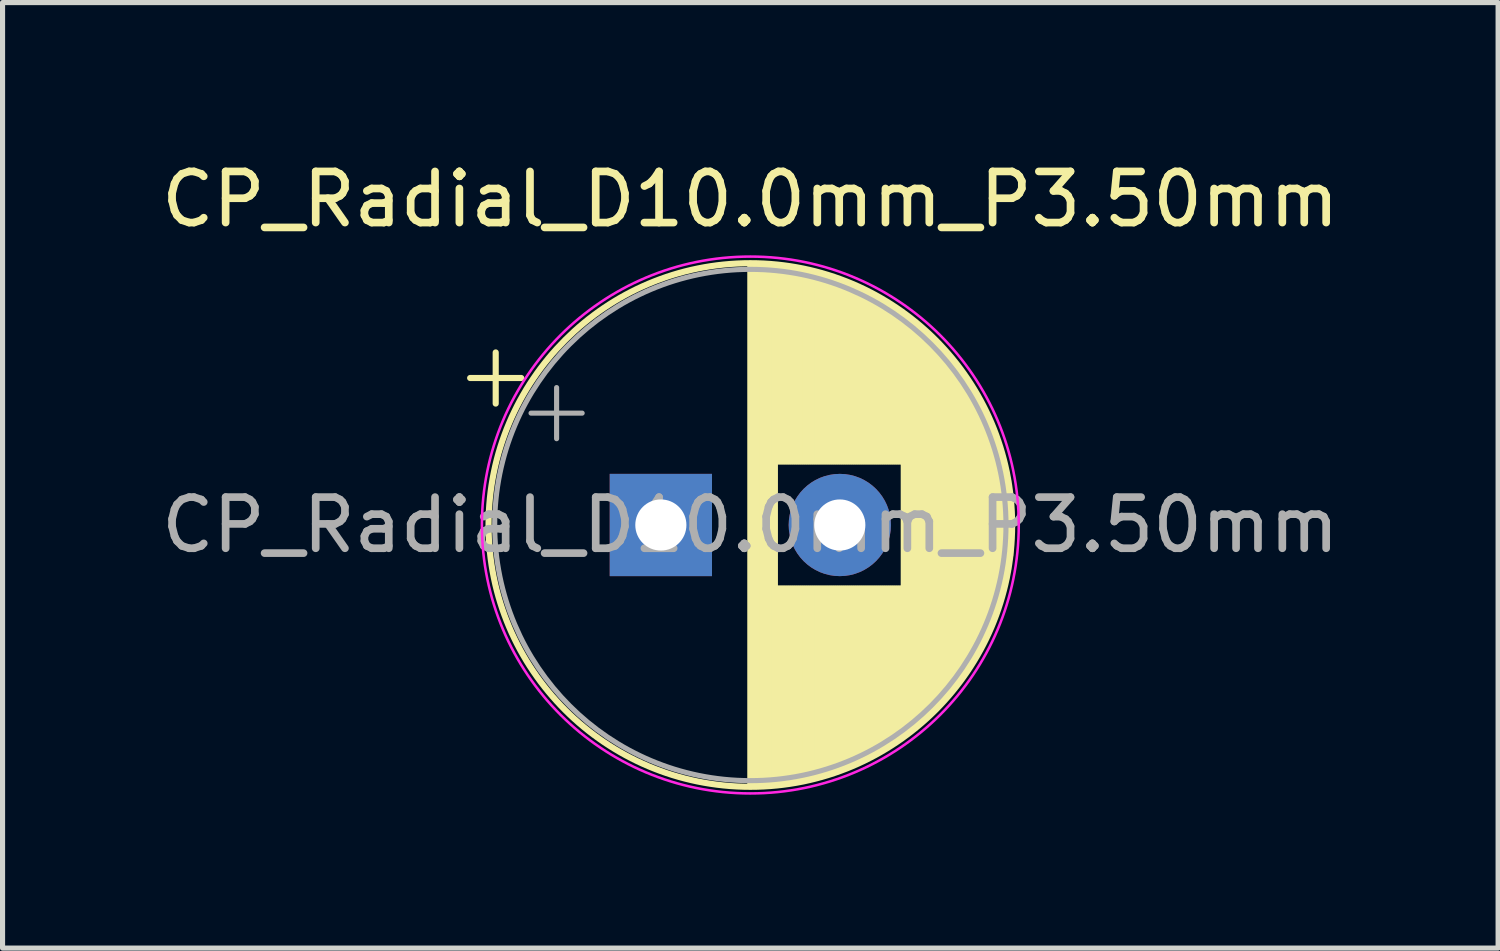
<source format=kicad_pcb>
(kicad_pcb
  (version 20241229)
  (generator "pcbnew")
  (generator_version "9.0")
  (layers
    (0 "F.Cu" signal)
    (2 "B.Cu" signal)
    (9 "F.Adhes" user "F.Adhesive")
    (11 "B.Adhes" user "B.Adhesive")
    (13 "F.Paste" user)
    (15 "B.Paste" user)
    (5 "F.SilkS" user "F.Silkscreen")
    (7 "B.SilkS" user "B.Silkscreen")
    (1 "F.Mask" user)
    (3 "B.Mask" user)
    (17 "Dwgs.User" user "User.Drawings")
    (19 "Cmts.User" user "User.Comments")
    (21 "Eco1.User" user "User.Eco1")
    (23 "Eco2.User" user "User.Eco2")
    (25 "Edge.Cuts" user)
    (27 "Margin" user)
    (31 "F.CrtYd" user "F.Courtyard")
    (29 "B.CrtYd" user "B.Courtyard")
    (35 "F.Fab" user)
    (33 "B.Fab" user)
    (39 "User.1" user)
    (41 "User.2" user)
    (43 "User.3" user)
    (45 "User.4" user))
  (footprint "CP_Radial_D10.0mm_P3.50mm"
    (layer "F.Cu")
    (at 9.875 7.218)
    (property "Reference" "CP_Radial_D10.0mm_P3.50mm" (at 1.75 -6.37 0) (layer "F.SilkS") (effects (font (size 1 1) (thickness 0.15))))
    (attr through_hole)
    (fp_line (start -3.73 -2.875) (end -2.73 -2.875) (stroke (width 0.12) (type solid)) (layer "F.SilkS"))
    (fp_line (start -3.23 -3.375) (end -3.23 -2.375) (stroke (width 0.12) (type solid)) (layer "F.SilkS"))
    (fp_line (start 1.75 -5.08) (end 1.75 5.08) (stroke (width 0.12) (type solid)) (layer "F.SilkS"))
    (fp_line (start 1.79 -5.08) (end 1.79 5.08) (stroke (width 0.12) (type solid)) (layer "F.SilkS"))
    (fp_line (start 1.83 -5.08) (end 1.83 5.08) (stroke (width 0.12) (type solid)) (layer "F.SilkS"))
    (fp_line (start 1.87 -5.079) (end 1.87 5.079) (stroke (width 0.12) (type solid)) (layer "F.SilkS"))
    (fp_line (start 1.91 -5.078) (end 1.91 5.078) (stroke (width 0.12) (type solid)) (layer "F.SilkS"))
    (fp_line (start 1.95 -5.077) (end 1.95 5.077) (stroke (width 0.12) (type solid)) (layer "F.SilkS"))
    (fp_line (start 1.99 -5.075) (end 1.99 5.075) (stroke (width 0.12) (type solid)) (layer "F.SilkS"))
    (fp_line (start 2.03 -5.073) (end 2.03 5.073) (stroke (width 0.12) (type solid)) (layer "F.SilkS"))
    (fp_line (start 2.07 -5.07) (end 2.07 5.07) (stroke (width 0.12) (type solid)) (layer "F.SilkS"))
    (fp_line (start 2.11 -5.068) (end 2.11 5.068) (stroke (width 0.12) (type solid)) (layer "F.SilkS"))
    (fp_line (start 2.15 -5.065) (end 2.15 5.065) (stroke (width 0.12) (type solid)) (layer "F.SilkS"))
    (fp_line (start 2.19 -5.062) (end 2.19 5.062) (stroke (width 0.12) (type solid)) (layer "F.SilkS"))
    (fp_line (start 2.23 -5.058) (end 2.23 5.058) (stroke (width 0.12) (type solid)) (layer "F.SilkS"))
    (fp_line (start 2.27 -5.054) (end 2.27 -1.241) (stroke (width 0.12) (type solid)) (layer "F.SilkS"))
    (fp_line (start 2.27 1.241) (end 2.27 5.054) (stroke (width 0.12) (type solid)) (layer "F.SilkS"))
    (fp_line (start 2.31 -5.05) (end 2.31 -1.241) (stroke (width 0.12) (type solid)) (layer "F.SilkS"))
    (fp_line (start 2.31 1.241) (end 2.31 5.05) (stroke (width 0.12) (type solid)) (layer "F.SilkS"))
    (fp_line (start 2.35 -5.045) (end 2.35 -1.241) (stroke (width 0.12) (type solid)) (layer "F.SilkS"))
    (fp_line (start 2.35 1.241) (end 2.35 5.045) (stroke (width 0.12) (type solid)) (layer "F.SilkS"))
    (fp_line (start 2.39 -5.04) (end 2.39 -1.241) (stroke (width 0.12) (type solid)) (layer "F.SilkS"))
    (fp_line (start 2.39 1.241) (end 2.39 5.04) (stroke (width 0.12) (type solid)) (layer "F.SilkS"))
    (fp_line (start 2.43 -5.035) (end 2.43 -1.241) (stroke (width 0.12) (type solid)) (layer "F.SilkS"))
    (fp_line (start 2.43 1.241) (end 2.43 5.035) (stroke (width 0.12) (type solid)) (layer "F.SilkS"))
    (fp_line (start 2.471 -5.03) (end 2.471 -1.241) (stroke (width 0.12) (type solid)) (layer "F.SilkS"))
    (fp_line (start 2.471 1.241) (end 2.471 5.03) (stroke (width 0.12) (type solid)) (layer "F.SilkS"))
    (fp_line (start 2.511 -5.024) (end 2.511 -1.241) (stroke (width 0.12) (type solid)) (layer "F.SilkS"))
    (fp_line (start 2.511 1.241) (end 2.511 5.024) (stroke (width 0.12) (type solid)) (layer "F.SilkS"))
    (fp_line (start 2.551 -5.018) (end 2.551 -1.241) (stroke (width 0.12) (type solid)) (layer "F.SilkS"))
    (fp_line (start 2.551 1.241) (end 2.551 5.018) (stroke (width 0.12) (type solid)) (layer "F.SilkS"))
    (fp_line (start 2.591 -5.011) (end 2.591 -1.241) (stroke (width 0.12) (type solid)) (layer "F.SilkS"))
    (fp_line (start 2.591 1.241) (end 2.591 5.011) (stroke (width 0.12) (type solid)) (layer "F.SilkS"))
    (fp_line (start 2.631 -5.004) (end 2.631 -1.241) (stroke (width 0.12) (type solid)) (layer "F.SilkS"))
    (fp_line (start 2.631 1.241) (end 2.631 5.004) (stroke (width 0.12) (type solid)) (layer "F.SilkS"))
    (fp_line (start 2.671 -4.997) (end 2.671 -1.241) (stroke (width 0.12) (type solid)) (layer "F.SilkS"))
    (fp_line (start 2.671 1.241) (end 2.671 4.997) (stroke (width 0.12) (type solid)) (layer "F.SilkS"))
    (fp_line (start 2.711 -4.99) (end 2.711 -1.241) (stroke (width 0.12) (type solid)) (layer "F.SilkS"))
    (fp_line (start 2.711 1.241) (end 2.711 4.99) (stroke (width 0.12) (type solid)) (layer "F.SilkS"))
    (fp_line (start 2.751 -4.982) (end 2.751 -1.241) (stroke (width 0.12) (type solid)) (layer "F.SilkS"))
    (fp_line (start 2.751 1.241) (end 2.751 4.982) (stroke (width 0.12) (type solid)) (layer "F.SilkS"))
    (fp_line (start 2.791 -4.974) (end 2.791 -1.241) (stroke (width 0.12) (type solid)) (layer "F.SilkS"))
    (fp_line (start 2.791 1.241) (end 2.791 4.974) (stroke (width 0.12) (type solid)) (layer "F.SilkS"))
    (fp_line (start 2.831 -4.965) (end 2.831 -1.241) (stroke (width 0.12) (type solid)) (layer "F.SilkS"))
    (fp_line (start 2.831 1.241) (end 2.831 4.965) (stroke (width 0.12) (type solid)) (layer "F.SilkS"))
    (fp_line (start 2.871 -4.956) (end 2.871 -1.241) (stroke (width 0.12) (type solid)) (layer "F.SilkS"))
    (fp_line (start 2.871 1.241) (end 2.871 4.956) (stroke (width 0.12) (type solid)) (layer "F.SilkS"))
    (fp_line (start 2.911 -4.947) (end 2.911 -1.241) (stroke (width 0.12) (type solid)) (layer "F.SilkS"))
    (fp_line (start 2.911 1.241) (end 2.911 4.947) (stroke (width 0.12) (type solid)) (layer "F.SilkS"))
    (fp_line (start 2.951 -4.938) (end 2.951 -1.241) (stroke (width 0.12) (type solid)) (layer "F.SilkS"))
    (fp_line (start 2.951 1.241) (end 2.951 4.938) (stroke (width 0.12) (type solid)) (layer "F.SilkS"))
    (fp_line (start 2.991 -4.928) (end 2.991 -1.241) (stroke (width 0.12) (type solid)) (layer "F.SilkS"))
    (fp_line (start 2.991 1.241) (end 2.991 4.928) (stroke (width 0.12) (type solid)) (layer "F.SilkS"))
    (fp_line (start 3.031 -4.918) (end 3.031 -1.241) (stroke (width 0.12) (type solid)) (layer "F.SilkS"))
    (fp_line (start 3.031 1.241) (end 3.031 4.918) (stroke (width 0.12) (type solid)) (layer "F.SilkS"))
    (fp_line (start 3.071 -4.907) (end 3.071 -1.241) (stroke (width 0.12) (type solid)) (layer "F.SilkS"))
    (fp_line (start 3.071 1.241) (end 3.071 4.907) (stroke (width 0.12) (type solid)) (layer "F.SilkS"))
    (fp_line (start 3.111 -4.897) (end 3.111 -1.241) (stroke (width 0.12) (type solid)) (layer "F.SilkS"))
    (fp_line (start 3.111 1.241) (end 3.111 4.897) (stroke (width 0.12) (type solid)) (layer "F.SilkS"))
    (fp_line (start 3.151 -4.885) (end 3.151 -1.241) (stroke (width 0.12) (type solid)) (layer "F.SilkS"))
    (fp_line (start 3.151 1.241) (end 3.151 4.885) (stroke (width 0.12) (type solid)) (layer "F.SilkS"))
    (fp_line (start 3.191 -4.874) (end 3.191 -1.241) (stroke (width 0.12) (type solid)) (layer "F.SilkS"))
    (fp_line (start 3.191 1.241) (end 3.191 4.874) (stroke (width 0.12) (type solid)) (layer "F.SilkS"))
    (fp_line (start 3.231 -4.862) (end 3.231 -1.241) (stroke (width 0.12) (type solid)) (layer "F.SilkS"))
    (fp_line (start 3.231 1.241) (end 3.231 4.862) (stroke (width 0.12) (type solid)) (layer "F.SilkS"))
    (fp_line (start 3.271 -4.85) (end 3.271 -1.241) (stroke (width 0.12) (type solid)) (layer "F.SilkS"))
    (fp_line (start 3.271 1.241) (end 3.271 4.85) (stroke (width 0.12) (type solid)) (layer "F.SilkS"))
    (fp_line (start 3.311 -4.837) (end 3.311 -1.241) (stroke (width 0.12) (type solid)) (layer "F.SilkS"))
    (fp_line (start 3.311 1.241) (end 3.311 4.837) (stroke (width 0.12) (type solid)) (layer "F.SilkS"))
    (fp_line (start 3.351 -4.824) (end 3.351 -1.241) (stroke (width 0.12) (type solid)) (layer "F.SilkS"))
    (fp_line (start 3.351 1.241) (end 3.351 4.824) (stroke (width 0.12) (type solid)) (layer "F.SilkS"))
    (fp_line (start 3.391 -4.811) (end 3.391 -1.241) (stroke (width 0.12) (type solid)) (layer "F.SilkS"))
    (fp_line (start 3.391 1.241) (end 3.391 4.811) (stroke (width 0.12) (type solid)) (layer "F.SilkS"))
    (fp_line (start 3.431 -4.797) (end 3.431 -1.241) (stroke (width 0.12) (type solid)) (layer "F.SilkS"))
    (fp_line (start 3.431 1.241) (end 3.431 4.797) (stroke (width 0.12) (type solid)) (layer "F.SilkS"))
    (fp_line (start 3.471 -4.783) (end 3.471 -1.241) (stroke (width 0.12) (type solid)) (layer "F.SilkS"))
    (fp_line (start 3.471 1.241) (end 3.471 4.783) (stroke (width 0.12) (type solid)) (layer "F.SilkS"))
    (fp_line (start 3.511 -4.768) (end 3.511 -1.241) (stroke (width 0.12) (type solid)) (layer "F.SilkS"))
    (fp_line (start 3.511 1.241) (end 3.511 4.768) (stroke (width 0.12) (type solid)) (layer "F.SilkS"))
    (fp_line (start 3.551 -4.754) (end 3.551 -1.241) (stroke (width 0.12) (type solid)) (layer "F.SilkS"))
    (fp_line (start 3.551 1.241) (end 3.551 4.754) (stroke (width 0.12) (type solid)) (layer "F.SilkS"))
    (fp_line (start 3.591 -4.738) (end 3.591 -1.241) (stroke (width 0.12) (type solid)) (layer "F.SilkS"))
    (fp_line (start 3.591 1.241) (end 3.591 4.738) (stroke (width 0.12) (type solid)) (layer "F.SilkS"))
    (fp_line (start 3.631 -4.723) (end 3.631 -1.241) (stroke (width 0.12) (type solid)) (layer "F.SilkS"))
    (fp_line (start 3.631 1.241) (end 3.631 4.723) (stroke (width 0.12) (type solid)) (layer "F.SilkS"))
    (fp_line (start 3.671 -4.707) (end 3.671 -1.241) (stroke (width 0.12) (type solid)) (layer "F.SilkS"))
    (fp_line (start 3.671 1.241) (end 3.671 4.707) (stroke (width 0.12) (type solid)) (layer "F.SilkS"))
    (fp_line (start 3.711 -4.69) (end 3.711 -1.241) (stroke (width 0.12) (type solid)) (layer "F.SilkS"))
    (fp_line (start 3.711 1.241) (end 3.711 4.69) (stroke (width 0.12) (type solid)) (layer "F.SilkS"))
    (fp_line (start 3.751 -4.674) (end 3.751 -1.241) (stroke (width 0.12) (type solid)) (layer "F.SilkS"))
    (fp_line (start 3.751 1.241) (end 3.751 4.674) (stroke (width 0.12) (type solid)) (layer "F.SilkS"))
    (fp_line (start 3.791 -4.657) (end 3.791 -1.241) (stroke (width 0.12) (type solid)) (layer "F.SilkS"))
    (fp_line (start 3.791 1.241) (end 3.791 4.657) (stroke (width 0.12) (type solid)) (layer "F.SilkS"))
    (fp_line (start 3.831 -4.639) (end 3.831 -1.241) (stroke (width 0.12) (type solid)) (layer "F.SilkS"))
    (fp_line (start 3.831 1.241) (end 3.831 4.639) (stroke (width 0.12) (type solid)) (layer "F.SilkS"))
    (fp_line (start 3.871 -4.621) (end 3.871 -1.241) (stroke (width 0.12) (type solid)) (layer "F.SilkS"))
    (fp_line (start 3.871 1.241) (end 3.871 4.621) (stroke (width 0.12) (type solid)) (layer "F.SilkS"))
    (fp_line (start 3.911 -4.603) (end 3.911 -1.241) (stroke (width 0.12) (type solid)) (layer "F.SilkS"))
    (fp_line (start 3.911 1.241) (end 3.911 4.603) (stroke (width 0.12) (type solid)) (layer "F.SilkS"))
    (fp_line (start 3.951 -4.584) (end 3.951 -1.241) (stroke (width 0.12) (type solid)) (layer "F.SilkS"))
    (fp_line (start 3.951 1.241) (end 3.951 4.584) (stroke (width 0.12) (type solid)) (layer "F.SilkS"))
    (fp_line (start 3.991 -4.564) (end 3.991 -1.241) (stroke (width 0.12) (type solid)) (layer "F.SilkS"))
    (fp_line (start 3.991 1.241) (end 3.991 4.564) (stroke (width 0.12) (type solid)) (layer "F.SilkS"))
    (fp_line (start 4.031 -4.545) (end 4.031 -1.241) (stroke (width 0.12) (type solid)) (layer "F.SilkS"))
    (fp_line (start 4.031 1.241) (end 4.031 4.545) (stroke (width 0.12) (type solid)) (layer "F.SilkS"))
    (fp_line (start 4.071 -4.525) (end 4.071 -1.241) (stroke (width 0.12) (type solid)) (layer "F.SilkS"))
    (fp_line (start 4.071 1.241) (end 4.071 4.525) (stroke (width 0.12) (type solid)) (layer "F.SilkS"))
    (fp_line (start 4.111 -4.504) (end 4.111 -1.241) (stroke (width 0.12) (type solid)) (layer "F.SilkS"))
    (fp_line (start 4.111 1.241) (end 4.111 4.504) (stroke (width 0.12) (type solid)) (layer "F.SilkS"))
    (fp_line (start 4.151 -4.483) (end 4.151 -1.241) (stroke (width 0.12) (type solid)) (layer "F.SilkS"))
    (fp_line (start 4.151 1.241) (end 4.151 4.483) (stroke (width 0.12) (type solid)) (layer "F.SilkS"))
    (fp_line (start 4.191 -4.462) (end 4.191 -1.241) (stroke (width 0.12) (type solid)) (layer "F.SilkS"))
    (fp_line (start 4.191 1.241) (end 4.191 4.462) (stroke (width 0.12) (type solid)) (layer "F.SilkS"))
    (fp_line (start 4.231 -4.44) (end 4.231 -1.241) (stroke (width 0.12) (type solid)) (layer "F.SilkS"))
    (fp_line (start 4.231 1.241) (end 4.231 4.44) (stroke (width 0.12) (type solid)) (layer "F.SilkS"))
    (fp_line (start 4.271 -4.417) (end 4.271 -1.241) (stroke (width 0.12) (type solid)) (layer "F.SilkS"))
    (fp_line (start 4.271 1.241) (end 4.271 4.417) (stroke (width 0.12) (type solid)) (layer "F.SilkS"))
    (fp_line (start 4.311 -4.395) (end 4.311 -1.241) (stroke (width 0.12) (type solid)) (layer "F.SilkS"))
    (fp_line (start 4.311 1.241) (end 4.311 4.395) (stroke (width 0.12) (type solid)) (layer "F.SilkS"))
    (fp_line (start 4.351 -4.371) (end 4.351 -1.241) (stroke (width 0.12) (type solid)) (layer "F.SilkS"))
    (fp_line (start 4.351 1.241) (end 4.351 4.371) (stroke (width 0.12) (type solid)) (layer "F.SilkS"))
    (fp_line (start 4.391 -4.347) (end 4.391 -1.241) (stroke (width 0.12) (type solid)) (layer "F.SilkS"))
    (fp_line (start 4.391 1.241) (end 4.391 4.347) (stroke (width 0.12) (type solid)) (layer "F.SilkS"))
    (fp_line (start 4.431 -4.323) (end 4.431 -1.241) (stroke (width 0.12) (type solid)) (layer "F.SilkS"))
    (fp_line (start 4.431 1.241) (end 4.431 4.323) (stroke (width 0.12) (type solid)) (layer "F.SilkS"))
    (fp_line (start 4.471 -4.298) (end 4.471 -1.241) (stroke (width 0.12) (type solid)) (layer "F.SilkS"))
    (fp_line (start 4.471 1.241) (end 4.471 4.298) (stroke (width 0.12) (type solid)) (layer "F.SilkS"))
    (fp_line (start 4.511 -4.273) (end 4.511 -1.241) (stroke (width 0.12) (type solid)) (layer "F.SilkS"))
    (fp_line (start 4.511 1.241) (end 4.511 4.273) (stroke (width 0.12) (type solid)) (layer "F.SilkS"))
    (fp_line (start 4.551 -4.247) (end 4.551 -1.241) (stroke (width 0.12) (type solid)) (layer "F.SilkS"))
    (fp_line (start 4.551 1.241) (end 4.551 4.247) (stroke (width 0.12) (type solid)) (layer "F.SilkS"))
    (fp_line (start 4.591 -4.221) (end 4.591 -1.241) (stroke (width 0.12) (type solid)) (layer "F.SilkS"))
    (fp_line (start 4.591 1.241) (end 4.591 4.221) (stroke (width 0.12) (type solid)) (layer "F.SilkS"))
    (fp_line (start 4.631 -4.194) (end 4.631 -1.241) (stroke (width 0.12) (type solid)) (layer "F.SilkS"))
    (fp_line (start 4.631 1.241) (end 4.631 4.194) (stroke (width 0.12) (type solid)) (layer "F.SilkS"))
    (fp_line (start 4.671 -4.166) (end 4.671 -1.241) (stroke (width 0.12) (type solid)) (layer "F.SilkS"))
    (fp_line (start 4.671 1.241) (end 4.671 4.166) (stroke (width 0.12) (type solid)) (layer "F.SilkS"))
    (fp_line (start 4.711 -4.138) (end 4.711 -1.241) (stroke (width 0.12) (type solid)) (layer "F.SilkS"))
    (fp_line (start 4.711 1.241) (end 4.711 4.138) (stroke (width 0.12) (type solid)) (layer "F.SilkS"))
    (fp_line (start 4.751 -4.11) (end 4.751 4.11) (stroke (width 0.12) (type solid)) (layer "F.SilkS"))
    (fp_line (start 4.791 -4.08) (end 4.791 4.08) (stroke (width 0.12) (type solid)) (layer "F.SilkS"))
    (fp_line (start 4.831 -4.05) (end 4.831 4.05) (stroke (width 0.12) (type solid)) (layer "F.SilkS"))
    (fp_line (start 4.871 -4.02) (end 4.871 4.02) (stroke (width 0.12) (type solid)) (layer "F.SilkS"))
    (fp_line (start 4.911 -3.989) (end 4.911 3.989) (stroke (width 0.12) (type solid)) (layer "F.SilkS"))
    (fp_line (start 4.951 -3.957) (end 4.951 3.957) (stroke (width 0.12) (type solid)) (layer "F.SilkS"))
    (fp_line (start 4.991 -3.925) (end 4.991 3.925) (stroke (width 0.12) (type solid)) (layer "F.SilkS"))
    (fp_line (start 5.031 -3.892) (end 5.031 3.892) (stroke (width 0.12) (type solid)) (layer "F.SilkS"))
    (fp_line (start 5.071 -3.858) (end 5.071 3.858) (stroke (width 0.12) (type solid)) (layer "F.SilkS"))
    (fp_line (start 5.111 -3.824) (end 5.111 3.824) (stroke (width 0.12) (type solid)) (layer "F.SilkS"))
    (fp_line (start 5.151 -3.789) (end 5.151 3.789) (stroke (width 0.12) (type solid)) (layer "F.SilkS"))
    (fp_line (start 5.191 -3.753) (end 5.191 3.753) (stroke (width 0.12) (type solid)) (layer "F.SilkS"))
    (fp_line (start 5.231 -3.716) (end 5.231 3.716) (stroke (width 0.12) (type solid)) (layer "F.SilkS"))
    (fp_line (start 5.271 -3.679) (end 5.271 3.679) (stroke (width 0.12) (type solid)) (layer "F.SilkS"))
    (fp_line (start 5.311 -3.64) (end 5.311 3.64) (stroke (width 0.12) (type solid)) (layer "F.SilkS"))
    (fp_line (start 5.351 -3.601) (end 5.351 3.601) (stroke (width 0.12) (type solid)) (layer "F.SilkS"))
    (fp_line (start 5.391 -3.561) (end 5.391 3.561) (stroke (width 0.12) (type solid)) (layer "F.SilkS"))
    (fp_line (start 5.431 -3.52) (end 5.431 3.52) (stroke (width 0.12) (type solid)) (layer "F.SilkS"))
    (fp_line (start 5.471 -3.478) (end 5.471 3.478) (stroke (width 0.12) (type solid)) (layer "F.SilkS"))
    (fp_line (start 5.511 -3.436) (end 5.511 3.436) (stroke (width 0.12) (type solid)) (layer "F.SilkS"))
    (fp_line (start 5.551 -3.392) (end 5.551 3.392) (stroke (width 0.12) (type solid)) (layer "F.SilkS"))
    (fp_line (start 5.591 -3.347) (end 5.591 3.347) (stroke (width 0.12) (type solid)) (layer "F.SilkS"))
    (fp_line (start 5.631 -3.301) (end 5.631 3.301) (stroke (width 0.12) (type solid)) (layer "F.SilkS"))
    (fp_line (start 5.671 -3.254) (end 5.671 3.254) (stroke (width 0.12) (type solid)) (layer "F.SilkS"))
    (fp_line (start 5.711 -3.206) (end 5.711 3.206) (stroke (width 0.12) (type solid)) (layer "F.SilkS"))
    (fp_line (start 5.751 -3.156) (end 5.751 3.156) (stroke (width 0.12) (type solid)) (layer "F.SilkS"))
    (fp_line (start 5.791 -3.106) (end 5.791 3.106) (stroke (width 0.12) (type solid)) (layer "F.SilkS"))
    (fp_line (start 5.831 -3.054) (end 5.831 3.054) (stroke (width 0.12) (type solid)) (layer "F.SilkS"))
    (fp_line (start 5.871 -3) (end 5.871 3) (stroke (width 0.12) (type solid)) (layer "F.SilkS"))
    (fp_line (start 5.911 -2.945) (end 5.911 2.945) (stroke (width 0.12) (type solid)) (layer "F.SilkS"))
    (fp_line (start 5.951 -2.889) (end 5.951 2.889) (stroke (width 0.12) (type solid)) (layer "F.SilkS"))
    (fp_line (start 5.991 -2.83) (end 5.991 2.83) (stroke (width 0.12) (type solid)) (layer "F.SilkS"))
    (fp_line (start 6.031 -2.77) (end 6.031 2.77) (stroke (width 0.12) (type solid)) (layer "F.SilkS"))
    (fp_line (start 6.071 -2.709) (end 6.071 2.709) (stroke (width 0.12) (type solid)) (layer "F.SilkS"))
    (fp_line (start 6.111 -2.645) (end 6.111 2.645) (stroke (width 0.12) (type solid)) (layer "F.SilkS"))
    (fp_line (start 6.151 -2.579) (end 6.151 2.579) (stroke (width 0.12) (type solid)) (layer "F.SilkS"))
    (fp_line (start 6.191 -2.51) (end 6.191 2.51) (stroke (width 0.12) (type solid)) (layer "F.SilkS"))
    (fp_line (start 6.231 -2.439) (end 6.231 2.439) (stroke (width 0.12) (type solid)) (layer "F.SilkS"))
    (fp_line (start 6.271 -2.365) (end 6.271 2.365) (stroke (width 0.12) (type solid)) (layer "F.SilkS"))
    (fp_line (start 6.311 -2.289) (end 6.311 2.289) (stroke (width 0.12) (type solid)) (layer "F.SilkS"))
    (fp_line (start 6.351 -2.209) (end 6.351 2.209) (stroke (width 0.12) (type solid)) (layer "F.SilkS"))
    (fp_line (start 6.391 -2.125) (end 6.391 2.125) (stroke (width 0.12) (type solid)) (layer "F.SilkS"))
    (fp_line (start 6.431 -2.037) (end 6.431 2.037) (stroke (width 0.12) (type solid)) (layer "F.SilkS"))
    (fp_line (start 6.471 -1.944) (end 6.471 1.944) (stroke (width 0.12) (type solid)) (layer "F.SilkS"))
    (fp_line (start 6.511 -1.846) (end 6.511 1.846) (stroke (width 0.12) (type solid)) (layer "F.SilkS"))
    (fp_line (start 6.551 -1.742) (end 6.551 1.742) (stroke (width 0.12) (type solid)) (layer "F.SilkS"))
    (fp_line (start 6.591 -1.63) (end 6.591 1.63) (stroke (width 0.12) (type solid)) (layer "F.SilkS"))
    (fp_line (start 6.631 -1.51) (end 6.631 1.51) (stroke (width 0.12) (type solid)) (layer "F.SilkS"))
    (fp_line (start 6.671 -1.378) (end 6.671 1.378) (stroke (width 0.12) (type solid)) (layer "F.SilkS"))
    (fp_line (start 6.711 -1.23) (end 6.711 1.23) (stroke (width 0.12) (type solid)) (layer "F.SilkS"))
    (fp_line (start 6.751 -1.062) (end 6.751 1.062) (stroke (width 0.12) (type solid)) (layer "F.SilkS"))
    (fp_line (start 6.791 -0.862) (end 6.791 0.862) (stroke (width 0.12) (type solid)) (layer "F.SilkS"))
    (fp_line (start 6.831 -0.599) (end 6.831 0.599) (stroke (width 0.12) (type solid)) (layer "F.SilkS"))
    (fp_circle (center 1.75 0) (end 6.87 0) (stroke (width 0.12) (type solid)) (fill no) (layer "F.SilkS"))
    (fp_circle (center 1.75 0) (end 7 0) (stroke (width 0.05) (type solid)) (fill no) (layer "F.CrtYd"))
    (fp_line (start -2.539 -2.188) (end -1.539 -2.188) (stroke (width 0.1) (type solid)) (layer "F.Fab"))
    (fp_line (start -2.039 -2.688) (end -2.039 -1.688) (stroke (width 0.1) (type solid)) (layer "F.Fab"))
    (fp_circle (center 1.75 0) (end 6.75 0) (stroke (width 0.1) (type solid)) (fill no) (layer "F.Fab"))
    (fp_text user "${REFERENCE}" (at 1.75 0 0) (layer "F.Fab") (effects (font (size 1 1) (thickness 0.15))))
    (pad "1" thru_hole rect (at 0 0) (size 2 2) (drill 1) (layers "*.Cu" "*.Mask"))
    (pad "2" thru_hole circle (at 3.5 0) (size 2 2) (drill 1) (layers "*.Cu" "*.Mask")))
  (gr_rect
    (start -3 -3)
    (end 26.25 15.493)
    (stroke (width 0.1) (type default))
    (fill no)
    (layer "Edge.Cuts")))
</source>
